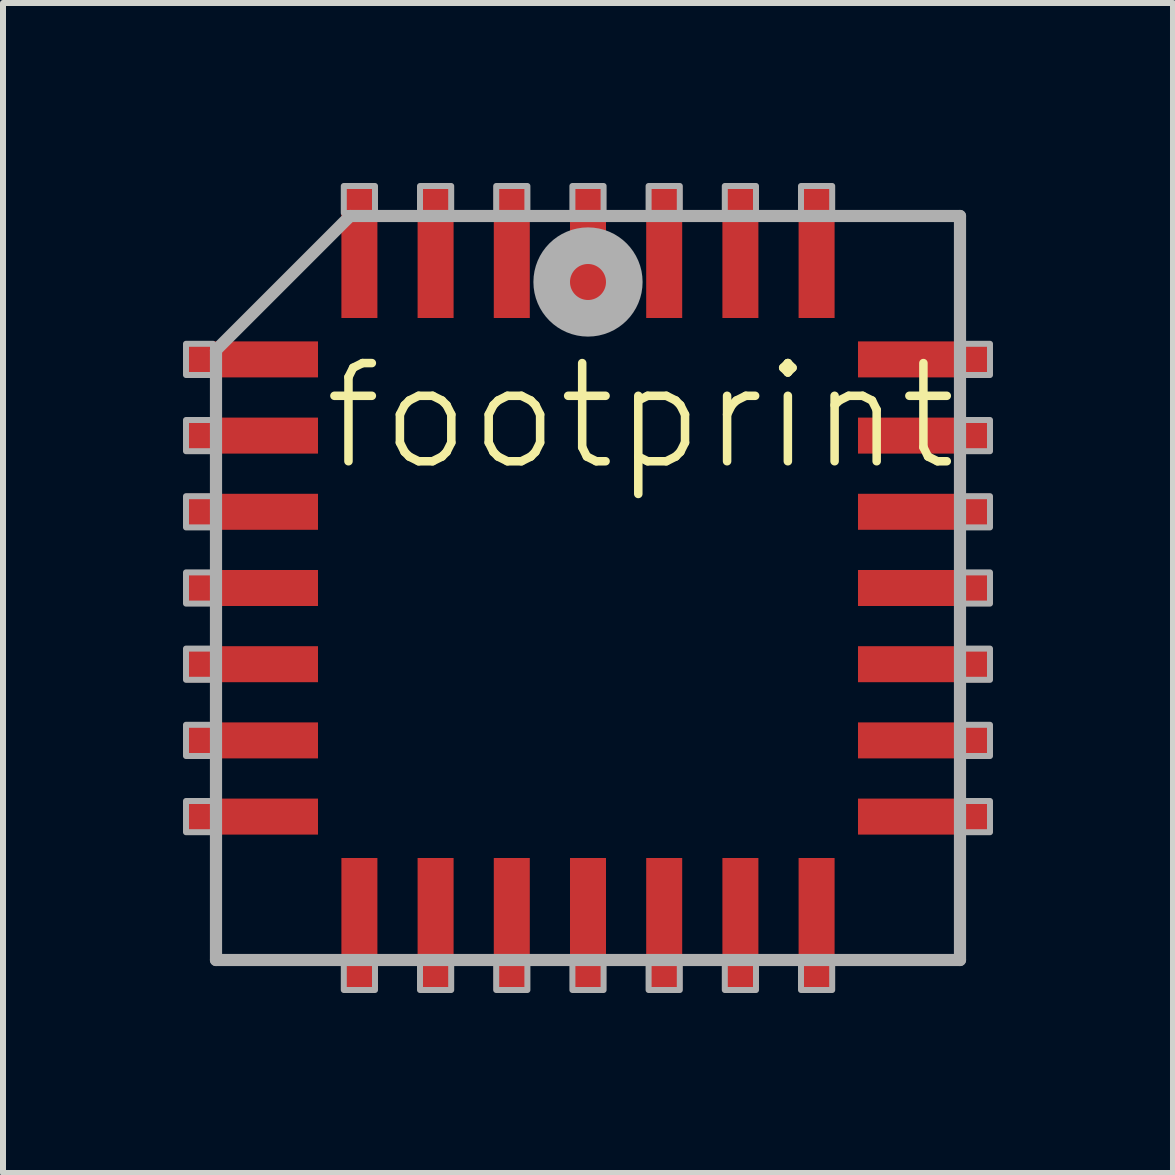
<source format=kicad_pcb>
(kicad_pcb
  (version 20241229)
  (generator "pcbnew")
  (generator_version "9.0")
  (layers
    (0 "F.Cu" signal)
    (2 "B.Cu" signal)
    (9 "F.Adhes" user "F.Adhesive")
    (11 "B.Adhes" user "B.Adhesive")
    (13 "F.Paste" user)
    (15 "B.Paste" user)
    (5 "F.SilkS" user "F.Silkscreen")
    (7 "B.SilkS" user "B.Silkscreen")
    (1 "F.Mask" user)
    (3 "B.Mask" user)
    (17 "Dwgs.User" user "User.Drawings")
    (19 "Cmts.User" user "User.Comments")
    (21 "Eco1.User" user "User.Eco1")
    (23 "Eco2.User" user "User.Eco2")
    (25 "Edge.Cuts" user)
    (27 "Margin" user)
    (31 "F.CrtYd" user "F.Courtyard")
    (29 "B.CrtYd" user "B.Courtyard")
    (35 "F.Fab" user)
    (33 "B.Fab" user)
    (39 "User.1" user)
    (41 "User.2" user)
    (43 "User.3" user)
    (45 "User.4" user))
  (footprint "footprint"
    (layer "F.Cu")
    (at 6.75 6.75)
    (property "Reference" "footprint" (at -4.475 -1.905 0) (layer "F.SilkS") (effects (font (size 1.636 1.636) (thickness 0.142)) (justify left bottom)))
    (fp_line (start -6.2 -3.965) (end -6.2 6.2) (stroke (width 0.203) (type solid)) (layer "F.Fab"))
    (fp_line (start -6.2 6.2) (end 6.2 6.2) (stroke (width 0.203) (type solid)) (layer "F.Fab"))
    (fp_line (start -3.965 -6.2) (end -6.2 -3.965) (stroke (width 0.203) (type solid)) (layer "F.Fab"))
    (fp_line (start 6.2 -6.2) (end -3.965 -6.2) (stroke (width 0.203) (type solid)) (layer "F.Fab"))
    (fp_line (start 6.2 6.2) (end 6.2 -6.2) (stroke (width 0.203) (type solid)) (layer "F.Fab"))
    (fp_circle (center 0 -5.1) (end 0.3 -5.1) (stroke (width 0.61) (type solid)) (fill no) (layer "F.Fab"))
    (fp_poly (pts (xy -6.7 -3.55) (xy -6.25 -3.55) (xy -6.25 -4.07) (xy -6.7 -4.07)) (stroke (width 0.1) (type solid)) (fill no) (layer "F.Fab"))
    (fp_poly (pts (xy -6.7 -2.28) (xy -6.25 -2.28) (xy -6.25 -2.8) (xy -6.7 -2.8)) (stroke (width 0.1) (type solid)) (fill no) (layer "F.Fab"))
    (fp_poly (pts (xy -6.7 -1.01) (xy -6.25 -1.01) (xy -6.25 -1.53) (xy -6.7 -1.53)) (stroke (width 0.1) (type solid)) (fill no) (layer "F.Fab"))
    (fp_poly (pts (xy -6.7 0.26) (xy -6.25 0.26) (xy -6.25 -0.26) (xy -6.7 -0.26)) (stroke (width 0.1) (type solid)) (fill no) (layer "F.Fab"))
    (fp_poly (pts (xy -6.7 1.53) (xy -6.25 1.53) (xy -6.25 1.01) (xy -6.7 1.01)) (stroke (width 0.1) (type solid)) (fill no) (layer "F.Fab"))
    (fp_poly (pts (xy -6.7 2.8) (xy -6.25 2.8) (xy -6.25 2.28) (xy -6.7 2.28)) (stroke (width 0.1) (type solid)) (fill no) (layer "F.Fab"))
    (fp_poly (pts (xy -6.7 4.07) (xy -6.25 4.07) (xy -6.25 3.55) (xy -6.7 3.55)) (stroke (width 0.1) (type solid)) (fill no) (layer "F.Fab"))
    (fp_poly (pts (xy -4.07 -6.25) (xy -3.55 -6.25) (xy -3.55 -6.7) (xy -4.07 -6.7)) (stroke (width 0.1) (type solid)) (fill no) (layer "F.Fab"))
    (fp_poly (pts (xy -4.07 6.7) (xy -3.55 6.7) (xy -3.55 6.25) (xy -4.07 6.25)) (stroke (width 0.1) (type solid)) (fill no) (layer "F.Fab"))
    (fp_poly (pts (xy -2.8 -6.25) (xy -2.28 -6.25) (xy -2.28 -6.7) (xy -2.8 -6.7)) (stroke (width 0.1) (type solid)) (fill no) (layer "F.Fab"))
    (fp_poly (pts (xy -2.8 6.7) (xy -2.28 6.7) (xy -2.28 6.25) (xy -2.8 6.25)) (stroke (width 0.1) (type solid)) (fill no) (layer "F.Fab"))
    (fp_poly (pts (xy -1.53 -6.25) (xy -1.01 -6.25) (xy -1.01 -6.7) (xy -1.53 -6.7)) (stroke (width 0.1) (type solid)) (fill no) (layer "F.Fab"))
    (fp_poly (pts (xy -1.53 6.7) (xy -1.01 6.7) (xy -1.01 6.25) (xy -1.53 6.25)) (stroke (width 0.1) (type solid)) (fill no) (layer "F.Fab"))
    (fp_poly (pts (xy -0.26 -6.25) (xy 0.26 -6.25) (xy 0.26 -6.7) (xy -0.26 -6.7)) (stroke (width 0.1) (type solid)) (fill no) (layer "F.Fab"))
    (fp_poly (pts (xy -0.26 6.7) (xy 0.26 6.7) (xy 0.26 6.25) (xy -0.26 6.25)) (stroke (width 0.1) (type solid)) (fill no) (layer "F.Fab"))
    (fp_poly (pts (xy 1.01 -6.25) (xy 1.53 -6.25) (xy 1.53 -6.7) (xy 1.01 -6.7)) (stroke (width 0.1) (type solid)) (fill no) (layer "F.Fab"))
    (fp_poly (pts (xy 1.01 6.7) (xy 1.53 6.7) (xy 1.53 6.25) (xy 1.01 6.25)) (stroke (width 0.1) (type solid)) (fill no) (layer "F.Fab"))
    (fp_poly (pts (xy 2.28 -6.25) (xy 2.8 -6.25) (xy 2.8 -6.7) (xy 2.28 -6.7)) (stroke (width 0.1) (type solid)) (fill no) (layer "F.Fab"))
    (fp_poly (pts (xy 2.28 6.7) (xy 2.8 6.7) (xy 2.8 6.25) (xy 2.28 6.25)) (stroke (width 0.1) (type solid)) (fill no) (layer "F.Fab"))
    (fp_poly (pts (xy 3.55 -6.25) (xy 4.07 -6.25) (xy 4.07 -6.7) (xy 3.55 -6.7)) (stroke (width 0.1) (type solid)) (fill no) (layer "F.Fab"))
    (fp_poly (pts (xy 3.55 6.7) (xy 4.07 6.7) (xy 4.07 6.25) (xy 3.55 6.25)) (stroke (width 0.1) (type solid)) (fill no) (layer "F.Fab"))
    (fp_poly (pts (xy 6.25 -3.55) (xy 6.7 -3.55) (xy 6.7 -4.07) (xy 6.25 -4.07)) (stroke (width 0.1) (type solid)) (fill no) (layer "F.Fab"))
    (fp_poly (pts (xy 6.25 -2.28) (xy 6.7 -2.28) (xy 6.7 -2.8) (xy 6.25 -2.8)) (stroke (width 0.1) (type solid)) (fill no) (layer "F.Fab"))
    (fp_poly (pts (xy 6.25 -1.01) (xy 6.7 -1.01) (xy 6.7 -1.53) (xy 6.25 -1.53)) (stroke (width 0.1) (type solid)) (fill no) (layer "F.Fab"))
    (fp_poly (pts (xy 6.25 0.26) (xy 6.7 0.26) (xy 6.7 -0.26) (xy 6.25 -0.26)) (stroke (width 0.1) (type solid)) (fill no) (layer "F.Fab"))
    (fp_poly (pts (xy 6.25 1.53) (xy 6.7 1.53) (xy 6.7 1.01) (xy 6.25 1.01)) (stroke (width 0.1) (type solid)) (fill no) (layer "F.Fab"))
    (fp_poly (pts (xy 6.25 2.8) (xy 6.7 2.8) (xy 6.7 2.28) (xy 6.25 2.28)) (stroke (width 0.1) (type solid)) (fill no) (layer "F.Fab"))
    (fp_poly (pts (xy 6.25 4.07) (xy 6.7 4.07) (xy 6.7 3.55) (xy 6.25 3.55)) (stroke (width 0.1) (type solid)) (fill no) (layer "F.Fab"))
    (pad "1" smd rect (at 0 -5.6) (size 0.6 2.2) (layers "F.Cu" "F.Mask" "F.Paste"))
    (pad "2" smd rect (at -1.27 -5.6) (size 0.6 2.2) (layers "F.Cu" "F.Mask" "F.Paste"))
    (pad "3" smd rect (at -2.54 -5.6) (size 0.6 2.2) (layers "F.Cu" "F.Mask" "F.Paste"))
    (pad "4" smd rect (at -3.81 -5.6) (size 0.6 2.2) (layers "F.Cu" "F.Mask" "F.Paste"))
    (pad "5" smd rect (at -5.6 -3.81) (size 2.2 0.6) (layers "F.Cu" "F.Mask" "F.Paste"))
    (pad "6" smd rect (at -5.6 -2.54) (size 2.2 0.6) (layers "F.Cu" "F.Mask" "F.Paste"))
    (pad "7" smd rect (at -5.6 -1.27) (size 2.2 0.6) (layers "F.Cu" "F.Mask" "F.Paste"))
    (pad "8" smd rect (at -5.6 0) (size 2.2 0.6) (layers "F.Cu" "F.Mask" "F.Paste"))
    (pad "9" smd rect (at -5.6 1.27) (size 2.2 0.6) (layers "F.Cu" "F.Mask" "F.Paste"))
    (pad "10" smd rect (at -5.6 2.54) (size 2.2 0.6) (layers "F.Cu" "F.Mask" "F.Paste"))
    (pad "11" smd rect (at -5.6 3.81) (size 2.2 0.6) (layers "F.Cu" "F.Mask" "F.Paste"))
    (pad "12" smd rect (at -3.81 5.6) (size 0.6 2.2) (layers "F.Cu" "F.Mask" "F.Paste"))
    (pad "13" smd rect (at -2.54 5.6) (size 0.6 2.2) (layers "F.Cu" "F.Mask" "F.Paste"))
    (pad "14" smd rect (at -1.27 5.6) (size 0.6 2.2) (layers "F.Cu" "F.Mask" "F.Paste"))
    (pad "15" smd rect (at 0 5.6) (size 0.6 2.2) (layers "F.Cu" "F.Mask" "F.Paste"))
    (pad "16" smd rect (at 1.27 5.6) (size 0.6 2.2) (layers "F.Cu" "F.Mask" "F.Paste"))
    (pad "17" smd rect (at 2.54 5.6) (size 0.6 2.2) (layers "F.Cu" "F.Mask" "F.Paste"))
    (pad "18" smd rect (at 3.81 5.6) (size 0.6 2.2) (layers "F.Cu" "F.Mask" "F.Paste"))
    (pad "19" smd rect (at 5.6 3.81) (size 2.2 0.6) (layers "F.Cu" "F.Mask" "F.Paste"))
    (pad "20" smd rect (at 5.6 2.54) (size 2.2 0.6) (layers "F.Cu" "F.Mask" "F.Paste"))
    (pad "21" smd rect (at 5.6 1.27) (size 2.2 0.6) (layers "F.Cu" "F.Mask" "F.Paste"))
    (pad "22" smd rect (at 5.6 0) (size 2.2 0.6) (layers "F.Cu" "F.Mask" "F.Paste"))
    (pad "23" smd rect (at 5.6 -1.27) (size 2.2 0.6) (layers "F.Cu" "F.Mask" "F.Paste"))
    (pad "24" smd rect (at 5.6 -2.54) (size 2.2 0.6) (layers "F.Cu" "F.Mask" "F.Paste"))
    (pad "25" smd rect (at 5.6 -3.81) (size 2.2 0.6) (layers "F.Cu" "F.Mask" "F.Paste"))
    (pad "26" smd rect (at 3.81 -5.6) (size 0.6 2.2) (layers "F.Cu" "F.Mask" "F.Paste"))
    (pad "27" smd rect (at 2.54 -5.6) (size 0.6 2.2) (layers "F.Cu" "F.Mask" "F.Paste"))
    (pad "28" smd rect (at 1.27 -5.6) (size 0.6 2.2) (layers "F.Cu" "F.Mask" "F.Paste")))
  (gr_rect
    (start -3 -3)
    (end 16.5 16.5)
    (stroke (width 0.1) (type default))
    (fill no)
    (layer "Edge.Cuts")))
</source>
